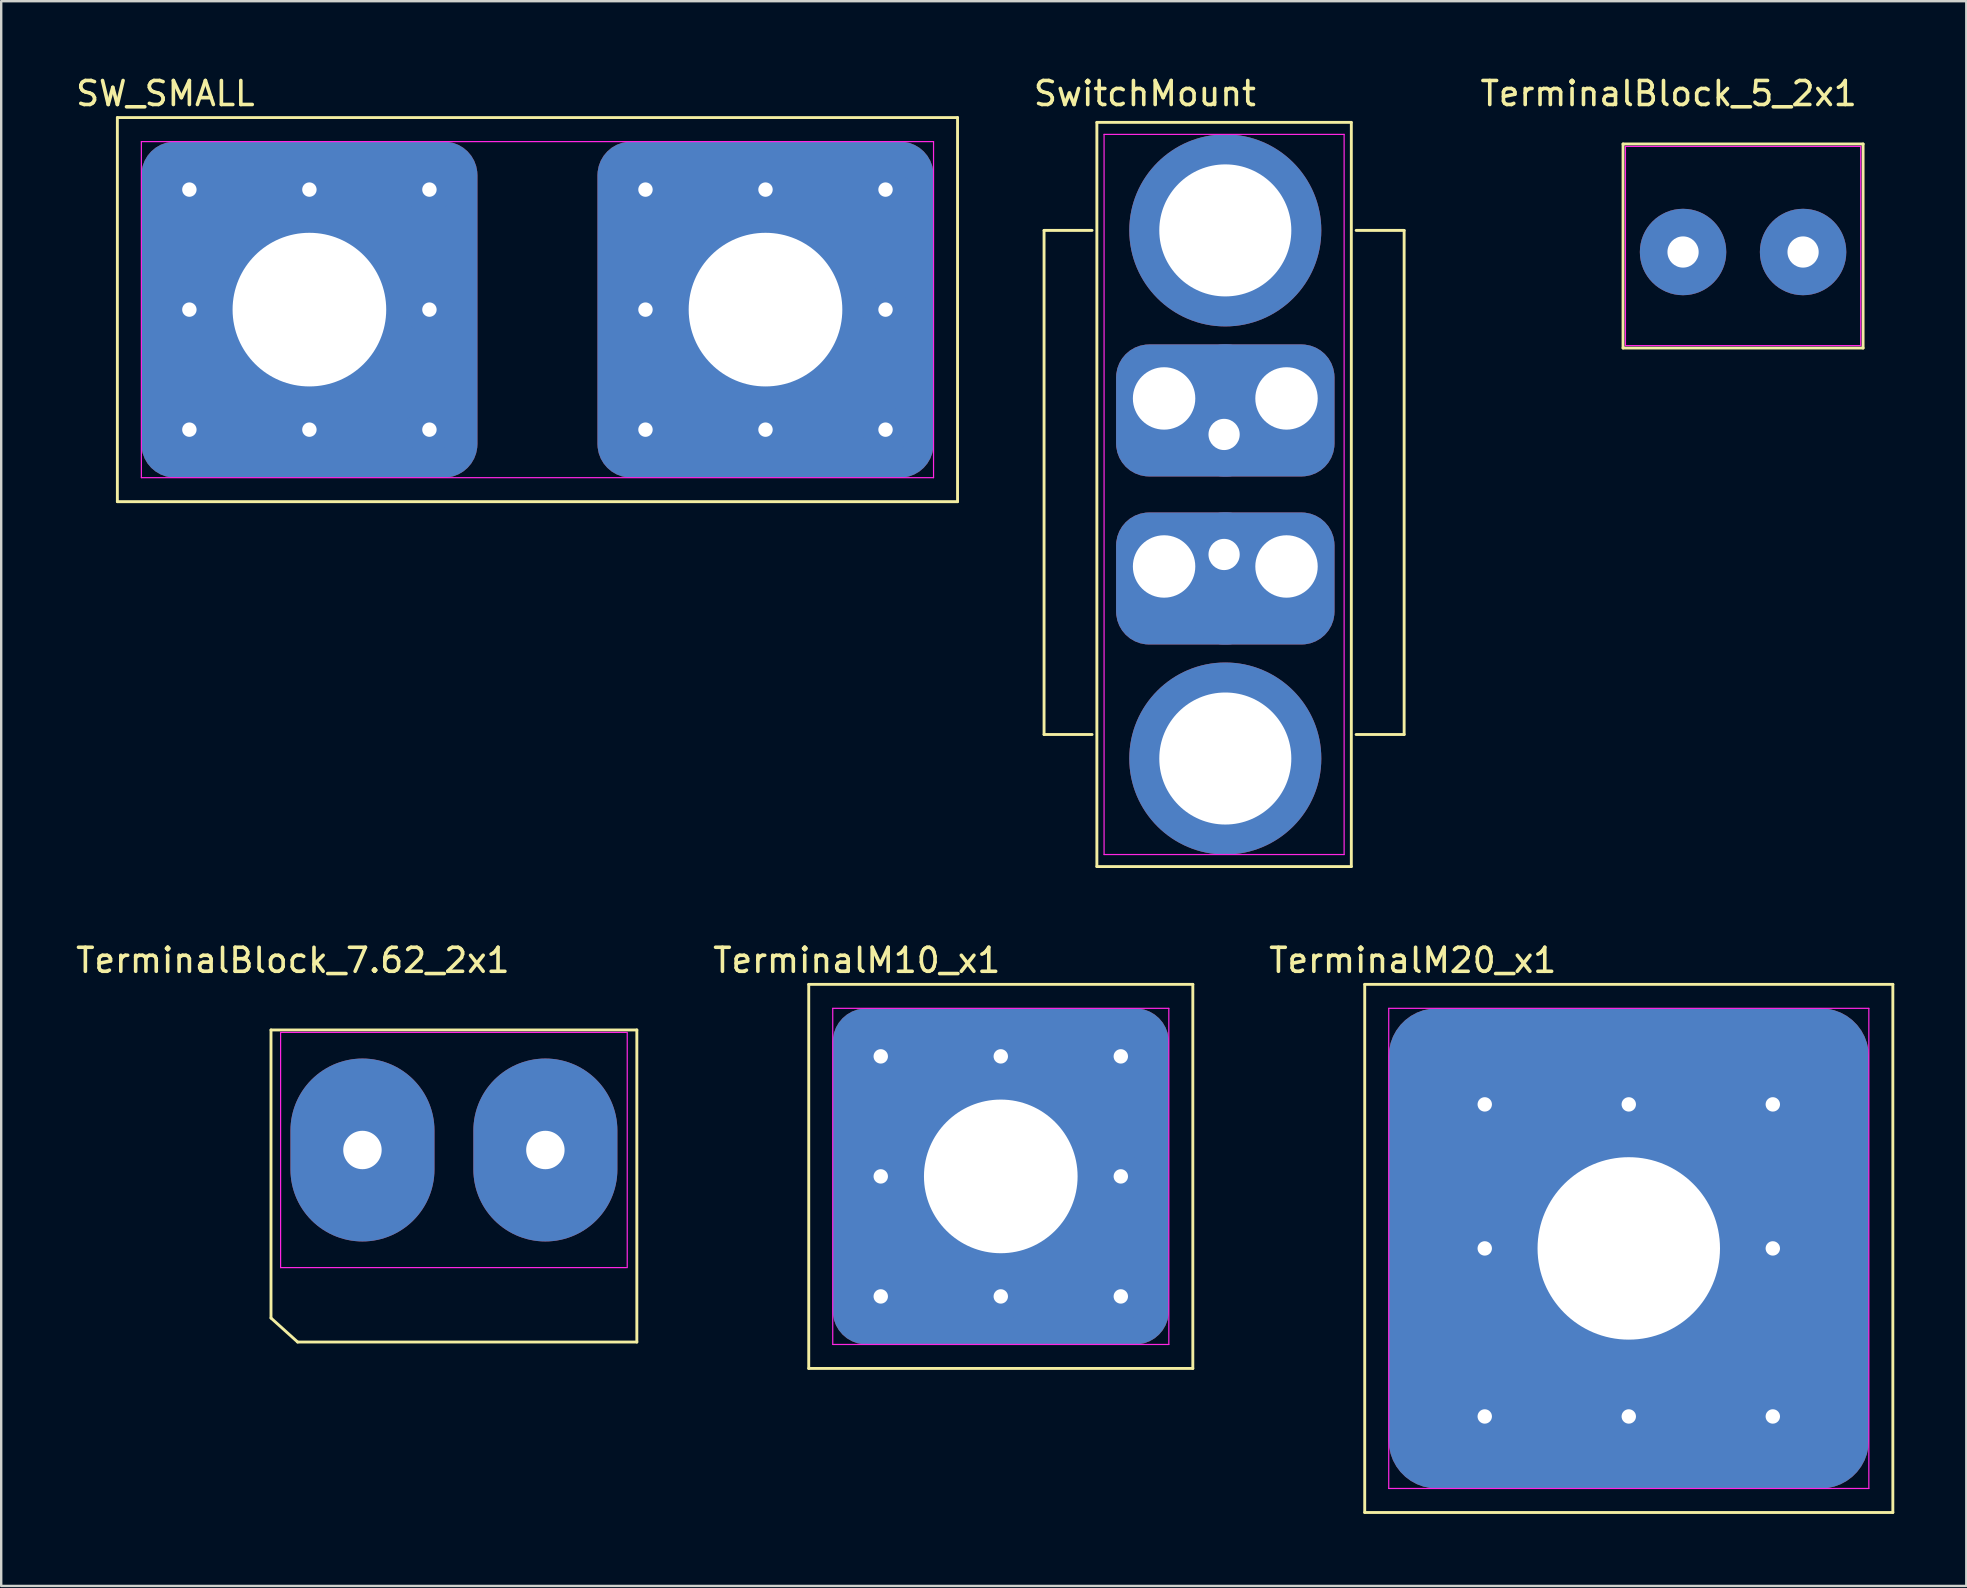
<source format=kicad_pcb>
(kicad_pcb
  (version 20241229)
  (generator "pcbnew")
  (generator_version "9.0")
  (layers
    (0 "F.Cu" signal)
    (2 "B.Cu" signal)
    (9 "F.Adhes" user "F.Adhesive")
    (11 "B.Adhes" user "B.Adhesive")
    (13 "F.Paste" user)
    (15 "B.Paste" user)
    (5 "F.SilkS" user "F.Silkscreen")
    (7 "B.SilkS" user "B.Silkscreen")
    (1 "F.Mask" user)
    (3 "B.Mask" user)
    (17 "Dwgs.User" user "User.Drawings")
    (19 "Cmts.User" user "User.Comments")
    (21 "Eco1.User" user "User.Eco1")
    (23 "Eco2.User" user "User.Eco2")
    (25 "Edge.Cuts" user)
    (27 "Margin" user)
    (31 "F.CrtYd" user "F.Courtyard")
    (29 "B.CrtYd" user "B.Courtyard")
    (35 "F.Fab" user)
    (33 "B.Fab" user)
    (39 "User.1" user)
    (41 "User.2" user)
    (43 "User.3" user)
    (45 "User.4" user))
  (footprint "TerminalBlock_5_2x1"
    (layer "F.Cu")
    (at 67.062 7.448)
    (property "Reference" "TerminalBlock_5_2x1" (at -0.6 -6.6 0) (layer "F.SilkS") (effects (font (size 1 1) (thickness 0.15))))
    (attr through_hole)
    (fp_line (start -2.5 -4.5) (end 7.5 -4.5) (stroke (width 0.12) (type solid)) (layer "F.SilkS"))
    (fp_line (start -2.5 4) (end -2.5 -4.5) (stroke (width 0.12) (type solid)) (layer "F.SilkS"))
    (fp_line (start 7.5 -4.5) (end 7.5 4) (stroke (width 0.12) (type solid)) (layer "F.SilkS"))
    (fp_line (start 7.5 4) (end -2.5 4) (stroke (width 0.12) (type solid)) (layer "F.SilkS"))
    (fp_line (start -2.4 -4.4) (end 7.4 -4.4) (stroke (width 0.05) (type solid)) (layer "F.CrtYd"))
    (fp_line (start -2.4 3.9) (end -2.4 -4.4) (stroke (width 0.05) (type solid)) (layer "F.CrtYd"))
    (fp_line (start 7.4 -4.4) (end 7.4 3.9) (stroke (width 0.05) (type solid)) (layer "F.CrtYd"))
    (fp_line (start 7.4 3.9) (end -2.4 3.9) (stroke (width 0.05) (type solid)) (layer "F.CrtYd"))
    (pad "1" thru_hole oval (at 0 0) (size 3.6 3.6) (drill 1.3) (layers "*.Cu" "*.Mask"))
    (pad "2" thru_hole oval (at 5 0) (size 3.6 3.6) (drill 1.3) (layers "*.Cu" "*.Mask")))
  (footprint "SW_SMALL"
    (layer "F.Cu")
    (at 9.839 9.848)
    (property "Reference" "SW_SMALL" (at -6 -9 0) (layer "F.SilkS") (effects (font (size 1 1) (thickness 0.15))))
    (attr through_hole)
    (fp_line (start -8 -8) (end 27 -8) (stroke (width 0.12) (type solid)) (layer "F.SilkS"))
    (fp_line (start -8 8) (end -8 -8) (stroke (width 0.12) (type solid)) (layer "F.SilkS"))
    (fp_line (start 27 -8) (end 27 8) (stroke (width 0.12) (type solid)) (layer "F.SilkS"))
    (fp_line (start 27 8) (end -8 8) (stroke (width 0.12) (type solid)) (layer "F.SilkS"))
    (fp_line (start -7 -7) (end 26 -7) (stroke (width 0.05) (type solid)) (layer "F.CrtYd"))
    (fp_line (start -7 7) (end -7 -7) (stroke (width 0.05) (type solid)) (layer "F.CrtYd"))
    (fp_line (start 26 -7) (end 26 7) (stroke (width 0.05) (type solid)) (layer "F.CrtYd"))
    (fp_line (start 26 7) (end -7 7) (stroke (width 0.05) (type solid)) (layer "F.CrtYd"))
    (pad "1" thru_hole circle (at -5 -5) (size 2 2) (drill 0.6) (layers "*.Cu" "*.Mask"))
    (pad "1" thru_hole circle (at -5 0) (size 2 2) (drill 0.6) (layers "*.Cu" "*.Mask"))
    (pad "1" thru_hole circle (at -5 5) (size 2 2) (drill 0.6) (layers "*.Cu" "*.Mask"))
    (pad "1" thru_hole circle (at 0 -5) (size 2 2) (drill 0.6) (layers "*.Cu" "*.Mask"))
    (pad "1" thru_hole roundrect (at 0 0) (size 14 14) (drill 6.4) (layers "*.Cu" "*.Mask") (roundrect_rratio 0.1))
    (pad "1" thru_hole circle (at 0 5) (size 2 2) (drill 0.6) (layers "*.Cu" "*.Mask"))
    (pad "1" thru_hole circle (at 5 -5) (size 2 2) (drill 0.6) (layers "*.Cu" "*.Mask"))
    (pad "1" thru_hole circle (at 5 0) (size 2 2) (drill 0.6) (layers "*.Cu" "*.Mask"))
    (pad "1" thru_hole circle (at 5 5) (size 2 2) (drill 0.6) (layers "*.Cu" "*.Mask"))
    (pad "2" thru_hole circle (at 14 -5) (size 2 2) (drill 0.6) (layers "*.Cu" "*.Mask"))
    (pad "2" thru_hole circle (at 14 0) (size 2 2) (drill 0.6) (layers "*.Cu" "*.Mask"))
    (pad "2" thru_hole circle (at 14 5) (size 2 2) (drill 0.6) (layers "*.Cu" "*.Mask"))
    (pad "2" thru_hole circle (at 19 -5) (size 2 2) (drill 0.6) (layers "*.Cu" "*.Mask"))
    (pad "2" thru_hole roundrect (at 19 0) (size 14 14) (drill 6.4) (layers "*.Cu" "*.Mask") (roundrect_rratio 0.1))
    (pad "2" thru_hole circle (at 19 5) (size 2 2) (drill 0.6) (layers "*.Cu" "*.Mask"))
    (pad "2" thru_hole circle (at 24 -5) (size 2 2) (drill 0.6) (layers "*.Cu" "*.Mask"))
    (pad "2" thru_hole circle (at 24 0) (size 2 2) (drill 0.6) (layers "*.Cu" "*.Mask"))
    (pad "2" thru_hole circle (at 24 5) (size 2 2) (drill 0.6) (layers "*.Cu" "*.Mask")))
  (footprint "TerminalM20_x1"
    (layer "F.Cu")
    (at 64.801 48.956)
    (property "Reference" "TerminalM20_x1" (at -9 -12 0) (layer "F.SilkS") (effects (font (size 1 1) (thickness 0.15))))
    (attr through_hole)
    (fp_line (start -11 -11) (end 11 -11) (stroke (width 0.12) (type solid)) (layer "F.SilkS"))
    (fp_line (start -11 11) (end -11 -11) (stroke (width 0.12) (type solid)) (layer "F.SilkS"))
    (fp_line (start 11 -11) (end 11 11) (stroke (width 0.12) (type solid)) (layer "F.SilkS"))
    (fp_line (start 11 11) (end -11 11) (stroke (width 0.12) (type solid)) (layer "F.SilkS"))
    (fp_line (start -10 -10) (end 10 -10) (stroke (width 0.05) (type solid)) (layer "F.CrtYd"))
    (fp_line (start -10 10) (end -10 -10) (stroke (width 0.05) (type solid)) (layer "F.CrtYd"))
    (fp_line (start 10 -10) (end 10 10) (stroke (width 0.05) (type solid)) (layer "F.CrtYd"))
    (fp_line (start 10 10) (end -10 10) (stroke (width 0.05) (type solid)) (layer "F.CrtYd"))
    (pad "1" thru_hole circle (at -6 -6) (size 2 2) (drill 0.6) (layers "*.Cu" "*.Mask"))
    (pad "1" thru_hole circle (at -6 0) (size 2 2) (drill 0.6) (layers "*.Cu" "*.Mask"))
    (pad "1" thru_hole circle (at -6 7) (size 2 2) (drill 0.6) (layers "*.Cu" "*.Mask"))
    (pad "1" thru_hole circle (at 0 -6) (size 2 2) (drill 0.6) (layers "*.Cu" "*.Mask"))
    (pad "1" thru_hole roundrect (at 0 0) (size 20 20) (drill 7.6) (layers "*.Cu" "*.Mask") (roundrect_rratio 0.1))
    (pad "1" thru_hole circle (at 0 7) (size 2 2) (drill 0.6) (layers "*.Cu" "*.Mask"))
    (pad "1" thru_hole circle (at 6 -6) (size 2 2) (drill 0.6) (layers "*.Cu" "*.Mask"))
    (pad "1" thru_hole circle (at 6 0) (size 2 2) (drill 0.6) (layers "*.Cu" "*.Mask"))
    (pad "1" thru_hole circle (at 6 7) (size 2 2) (drill 0.6) (layers "*.Cu" "*.Mask")))
  (footprint "TerminalM10_x1"
    (layer "F.Cu")
    (at 38.64 45.956)
    (property "Reference" "TerminalM10_x1" (at -6 -9 0) (layer "F.SilkS") (effects (font (size 1 1) (thickness 0.15))))
    (attr through_hole)
    (fp_line (start -8 -8) (end 8 -8) (stroke (width 0.12) (type solid)) (layer "F.SilkS"))
    (fp_line (start -8 8) (end -8 -8) (stroke (width 0.12) (type solid)) (layer "F.SilkS"))
    (fp_line (start 8 -8) (end 8 8) (stroke (width 0.12) (type solid)) (layer "F.SilkS"))
    (fp_line (start 8 8) (end -8 8) (stroke (width 0.12) (type solid)) (layer "F.SilkS"))
    (fp_line (start -7 -7) (end 7 -7) (stroke (width 0.05) (type solid)) (layer "F.CrtYd"))
    (fp_line (start -7 7) (end -7 -7) (stroke (width 0.05) (type solid)) (layer "F.CrtYd"))
    (fp_line (start 7 -7) (end 7 7) (stroke (width 0.05) (type solid)) (layer "F.CrtYd"))
    (fp_line (start 7 7) (end -7 7) (stroke (width 0.05) (type solid)) (layer "F.CrtYd"))
    (pad "1" thru_hole circle (at -5 -5) (size 2 2) (drill 0.6) (layers "*.Cu" "*.Mask"))
    (pad "1" thru_hole circle (at -5 0) (size 2 2) (drill 0.6) (layers "*.Cu" "*.Mask"))
    (pad "1" thru_hole circle (at -5 5) (size 2 2) (drill 0.6) (layers "*.Cu" "*.Mask"))
    (pad "1" thru_hole circle (at 0 -5) (size 2 2) (drill 0.6) (layers "*.Cu" "*.Mask"))
    (pad "1" thru_hole roundrect (at 0 0) (size 14 14) (drill 6.4) (layers "*.Cu" "*.Mask") (roundrect_rratio 0.1))
    (pad "1" thru_hole circle (at 0 5) (size 2 2) (drill 0.6) (layers "*.Cu" "*.Mask"))
    (pad "1" thru_hole circle (at 5 -5) (size 2 2) (drill 0.6) (layers "*.Cu" "*.Mask"))
    (pad "1" thru_hole circle (at 5 0) (size 2 2) (drill 0.6) (layers "*.Cu" "*.Mask"))
    (pad "1" thru_hole circle (at 5 5) (size 2 2) (drill 0.6) (layers "*.Cu" "*.Mask")))
  (footprint "TerminalBlock_7.62_2x1"
    (layer "F.Cu")
    (at 12.049 44.856)
    (property "Reference" "TerminalBlock_7.62_2x1" (at -2.9 -7.9 0) (layer "F.SilkS") (effects (font (size 1 1) (thickness 0.15))))
    (attr through_hole)
    (fp_line (start -3.81 -5) (end 11.43 -5) (stroke (width 0.12) (type solid)) (layer "F.SilkS"))
    (fp_line (start -3.81 7) (end -3.81 -5) (stroke (width 0.12) (type solid)) (layer "F.SilkS"))
    (fp_line (start -2.7 8) (end -3.81 7) (stroke (width 0.12) (type solid)) (layer "F.SilkS"))
    (fp_line (start 11.43 -5) (end 11.43 8) (stroke (width 0.12) (type solid)) (layer "F.SilkS"))
    (fp_line (start 11.43 8) (end -2.7 8) (stroke (width 0.12) (type solid)) (layer "F.SilkS"))
    (fp_line (start -3.41 4.9) (end -3.41 -4.9) (stroke (width 0.05) (type solid)) (layer "F.CrtYd"))
    (fp_line (start -3.4 -4.9) (end 11 -4.9) (stroke (width 0.05) (type solid)) (layer "F.CrtYd"))
    (fp_line (start 11 4.9) (end -3.41 4.9) (stroke (width 0.05) (type solid)) (layer "F.CrtYd"))
    (fp_line (start 11.03 -4.9) (end 11.03 4.9) (stroke (width 0.05) (type solid)) (layer "F.CrtYd"))
    (pad "1" thru_hole oval (at 0 0) (size 6 7.62) (drill 1.6) (layers "*.Cu" "*.Mask"))
    (pad "2" thru_hole oval (at 7.62 0) (size 6 7.62) (drill 1.6) (layers "*.Cu" "*.Mask")))
  (footprint "SwitchMount"
    (layer "F.Cu")
    (at 45.443 13.548)
    (property "Reference" "SwitchMount" (at -0.8 -12.7 0) (layer "F.SilkS") (effects (font (size 1 1) (thickness 0.15))))
    (attr through_hole)
    (fp_line (start -5 -7) (end -3 -7) (stroke (width 0.12) (type solid)) (layer "F.SilkS"))
    (fp_line (start -5 14) (end -5 -7) (stroke (width 0.12) (type solid)) (layer "F.SilkS"))
    (fp_line (start -5 14) (end -3 14) (stroke (width 0.12) (type solid)) (layer "F.SilkS"))
    (fp_line (start -2.8 -11.5) (end 7.794 -11.5) (stroke (width 0.12) (type solid)) (layer "F.SilkS"))
    (fp_line (start -2.8 19.5) (end -2.8 -11.5) (stroke (width 0.12) (type solid)) (layer "F.SilkS"))
    (fp_line (start 7.8 -11.5) (end 7.8 19.5) (stroke (width 0.12) (type solid)) (layer "F.SilkS"))
    (fp_line (start 7.8 19.5) (end -2.8 19.5) (stroke (width 0.12) (type solid)) (layer "F.SilkS"))
    (fp_line (start 10 -7) (end 8 -7) (stroke (width 0.12) (type solid)) (layer "F.SilkS"))
    (fp_line (start 10 -7) (end 10 14) (stroke (width 0.12) (type solid)) (layer "F.SilkS"))
    (fp_line (start 10 14) (end 8 14) (stroke (width 0.12) (type solid)) (layer "F.SilkS"))
    (fp_line (start -2.5 -11) (end 7.5 -11) (stroke (width 0.05) (type solid)) (layer "F.CrtYd"))
    (fp_line (start -2.5 19) (end -2.5 -11) (stroke (width 0.05) (type solid)) (layer "F.CrtYd"))
    (fp_line (start 7.5 -11) (end 7.5 19) (stroke (width 0.05) (type solid)) (layer "F.CrtYd"))
    (fp_line (start 7.5 19) (end -2.5 19) (stroke (width 0.05) (type solid)) (layer "F.CrtYd"))
    (pad "1" thru_hole roundrect (at 0 0) (size 6 5.5) (drill 2.6 (offset 1 0.5)) (layers "*.Cu" "*.Mask") (roundrect_rratio 0.25))
    (pad "1" thru_hole circle (at 2.5 1.5) (size 1.5 1.5) (drill 1.3) (layers "*.Cu" "*.Mask"))
    (pad "1" thru_hole circle (at 2.55 -7) (size 8 8) (drill 5.5) (layers "*.Cu" "*.Mask"))
    (pad "1" thru_hole roundrect (at 5.1 0) (size 6 5.5) (drill 2.6 (offset -1 0.5)) (layers "*.Cu" "*.Mask") (roundrect_rratio 0.25))
    (pad "2" thru_hole roundrect (at 0 7) (size 6 5.5) (drill 2.6 (offset 1 0.5)) (layers "*.Cu" "*.Mask") (roundrect_rratio 0.25))
    (pad "2" thru_hole circle (at 2.5 6.5) (size 1.5 1.5) (drill 1.3) (layers "*.Cu" "*.Mask"))
    (pad "2" thru_hole circle (at 2.55 15) (size 8 8) (drill 5.5) (layers "*.Cu" "*.Mask"))
    (pad "2" thru_hole roundrect (at 5.1 7) (size 6 5.5) (drill 2.6 (offset -1 0.5)) (layers "*.Cu" "*.Mask") (roundrect_rratio 0.25)))
  (gr_rect
    (start -3 -3)
    (end 78.861 63.017)
    (stroke (width 0.1) (type default))
    (fill no)
    (layer "Edge.Cuts")))
</source>
